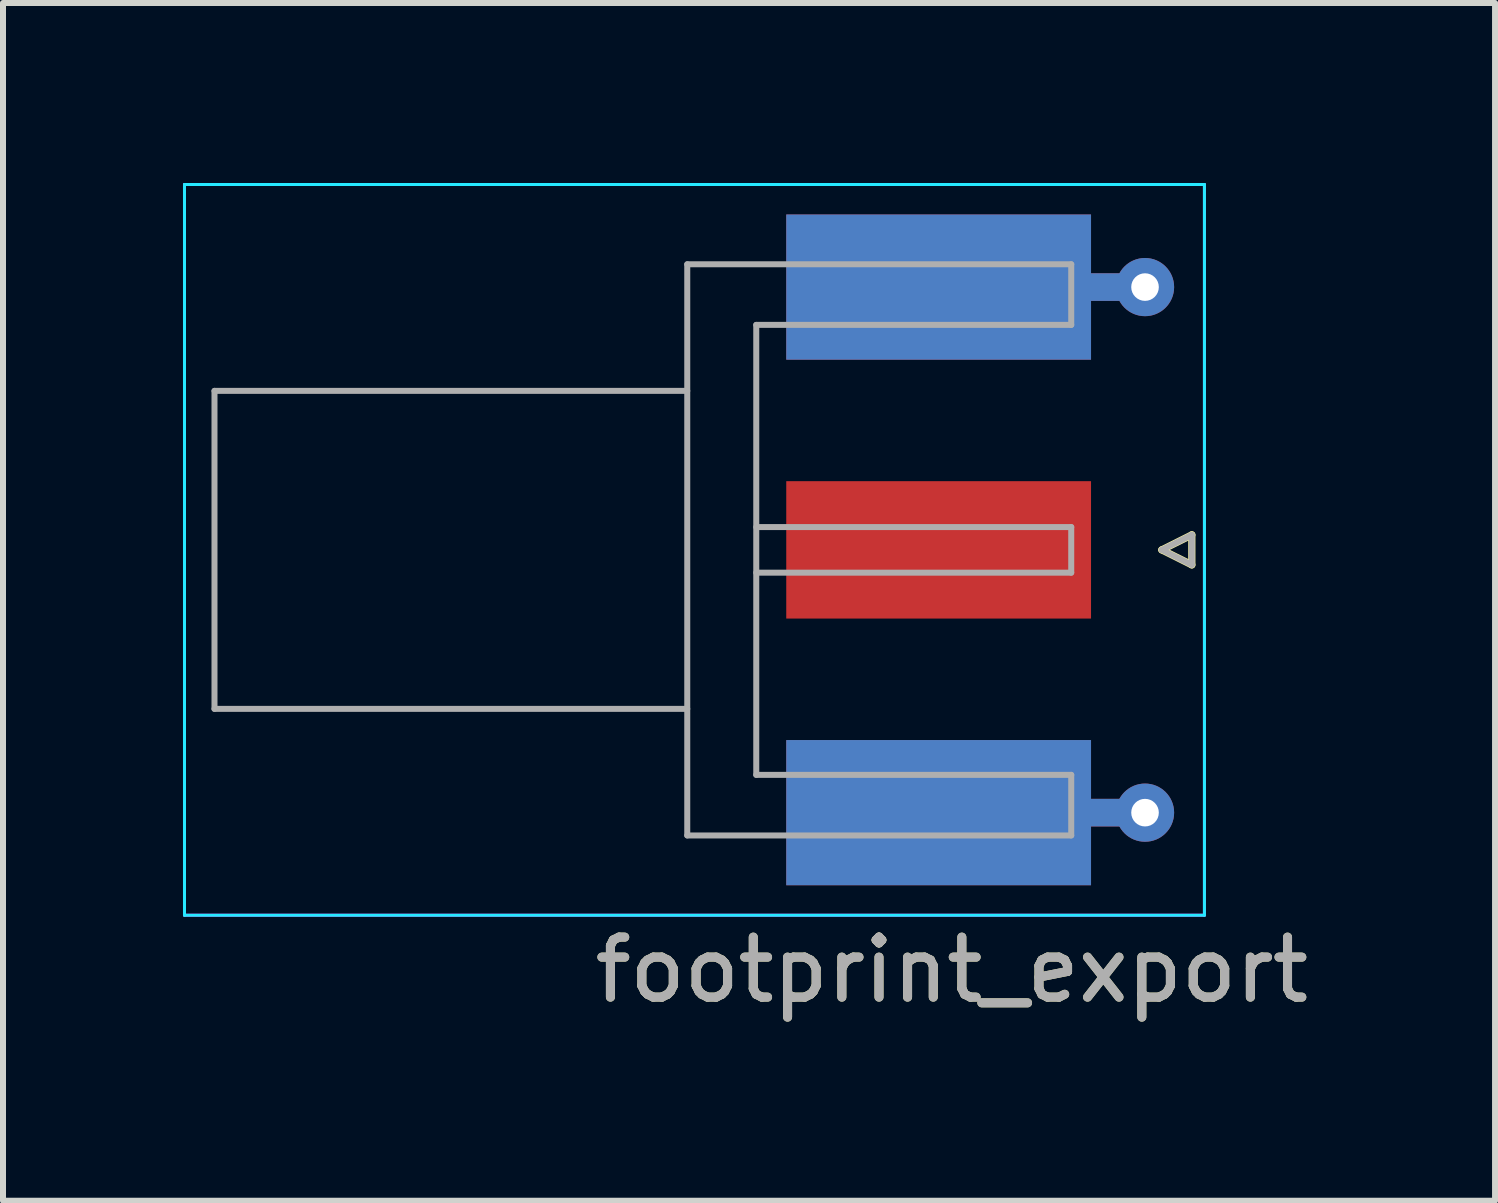
<source format=kicad_pcb>
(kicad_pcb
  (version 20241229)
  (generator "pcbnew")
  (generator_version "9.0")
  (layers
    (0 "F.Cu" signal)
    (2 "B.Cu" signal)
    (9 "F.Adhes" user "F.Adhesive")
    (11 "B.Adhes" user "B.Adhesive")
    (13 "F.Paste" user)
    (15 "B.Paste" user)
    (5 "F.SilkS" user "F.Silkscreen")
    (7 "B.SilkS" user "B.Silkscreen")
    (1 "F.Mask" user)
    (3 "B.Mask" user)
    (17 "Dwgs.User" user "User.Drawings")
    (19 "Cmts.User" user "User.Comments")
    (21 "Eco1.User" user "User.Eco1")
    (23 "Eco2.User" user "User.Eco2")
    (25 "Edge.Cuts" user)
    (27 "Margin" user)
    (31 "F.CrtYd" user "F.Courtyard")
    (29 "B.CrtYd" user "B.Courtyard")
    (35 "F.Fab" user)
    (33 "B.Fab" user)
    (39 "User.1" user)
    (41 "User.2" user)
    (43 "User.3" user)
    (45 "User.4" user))
  (footprint "footprint_export"
    (layer "F.Cu")
    (at 14.315 6.115)
    (property "Reference" "footprint_export" (at -1.5 7 0) (layer "F.SilkS") (effects (font (size 1 1) (thickness 0.15))))
    (attr smd)
    (fp_line (start 2 0) (end 2.5 -0.25) (stroke (width 0.12) (type solid)) (layer "F.SilkS"))
    (fp_line (start 2.5 -0.25) (end 2.5 0.25) (stroke (width 0.12) (type solid)) (layer "F.SilkS"))
    (fp_line (start 2.5 0.25) (end 2 0) (stroke (width 0.12) (type solid)) (layer "F.SilkS"))
    (fp_line (start -14.29 -6.09) (end -14.29 6.09) (stroke (width 0.05) (type solid)) (layer "B.CrtYd"))
    (fp_line (start -14.29 -6.09) (end 2.71 -6.09) (stroke (width 0.05) (type solid)) (layer "B.CrtYd"))
    (fp_line (start -14.29 6.09) (end 2.71 6.09) (stroke (width 0.05) (type solid)) (layer "B.CrtYd"))
    (fp_line (start 2.71 -6.09) (end 2.71 6.09) (stroke (width 0.05) (type solid)) (layer "B.CrtYd"))
    (fp_line (start -14.29 -6.09) (end -14.29 6.09) (stroke (width 0.05) (type solid)) (layer "F.CrtYd"))
    (fp_line (start -14.29 6.09) (end 2.71 6.09) (stroke (width 0.05) (type solid)) (layer "F.CrtYd"))
    (fp_line (start 2.71 -6.09) (end -14.29 -6.09) (stroke (width 0.05) (type solid)) (layer "F.CrtYd"))
    (fp_line (start 2.71 -6.09) (end 2.71 6.09) (stroke (width 0.05) (type solid)) (layer "F.CrtYd"))
    (fp_line (start -13.79 -2.65) (end -13.79 2.65) (stroke (width 0.1) (type solid)) (layer "F.Fab"))
    (fp_line (start -13.79 -2.65) (end -5.91 -2.65) (stroke (width 0.1) (type solid)) (layer "F.Fab"))
    (fp_line (start -13.79 2.65) (end -5.91 2.65) (stroke (width 0.1) (type solid)) (layer "F.Fab"))
    (fp_line (start -5.91 -4.76) (end -5.91 4.76) (stroke (width 0.1) (type solid)) (layer "F.Fab"))
    (fp_line (start -5.91 4.76) (end 0.49 4.76) (stroke (width 0.1) (type solid)) (layer "F.Fab"))
    (fp_line (start -4.76 -3.75) (end -4.76 3.75) (stroke (width 0.1) (type solid)) (layer "F.Fab"))
    (fp_line (start -4.76 -3.75) (end 0.49 -3.75) (stroke (width 0.1) (type solid)) (layer "F.Fab"))
    (fp_line (start -4.76 -0.38) (end 0.49 -0.38) (stroke (width 0.1) (type solid)) (layer "F.Fab"))
    (fp_line (start -4.76 0.38) (end 0.49 0.38) (stroke (width 0.1) (type solid)) (layer "F.Fab"))
    (fp_line (start -4.76 3.75) (end 0.49 3.75) (stroke (width 0.1) (type solid)) (layer "F.Fab"))
    (fp_line (start 0.49 -4.76) (end -5.91 -4.76) (stroke (width 0.1) (type solid)) (layer "F.Fab"))
    (fp_line (start 0.49 -4.76) (end 0.49 -3.75) (stroke (width 0.1) (type solid)) (layer "F.Fab"))
    (fp_line (start 0.49 -0.38) (end 0.49 0.38) (stroke (width 0.1) (type solid)) (layer "F.Fab"))
    (fp_line (start 0.49 3.75) (end 0.49 4.76) (stroke (width 0.1) (type solid)) (layer "F.Fab"))
    (fp_line (start 2 0) (end 2.5 0.25) (stroke (width 0.1) (type solid)) (layer "F.Fab"))
    (fp_line (start 2.5 -0.25) (end 2 0) (stroke (width 0.1) (type solid)) (layer "F.Fab"))
    (fp_line (start 2.5 0.25) (end 2.5 -0.25) (stroke (width 0.1) (type solid)) (layer "F.Fab"))
    (fp_text user "${REFERENCE}" (at -1.5 7 0) (layer "F.Fab") (effects (font (size 1 1) (thickness 0.15))))
    (pad "1" smd rect (at -1.72 0) (size 5.08 2.29) (layers "F.Cu" "F.Mask" "F.Paste"))
    (pad "2" smd rect (at -1.72 -4.38) (size 5.08 2.42) (layers "F.Cu" "F.Mask" "F.Paste"))
    (pad "2" smd rect (at -1.72 -4.38) (size 5.08 2.42) (layers "B.Cu" "B.Mask" "B.Paste"))
    (pad "2" smd rect (at -1.72 4.38) (size 5.08 2.42) (layers "F.Cu" "F.Mask" "F.Paste"))
    (pad "2" smd rect (at -1.72 4.38) (size 5.08 2.42) (layers "B.Cu" "B.Mask" "B.Paste"))
    (pad "2" smd rect (at 1.27 -4.38) (size 0.95 0.46) (layers "F.Cu"))
    (pad "2" smd rect (at 1.27 -4.38) (size 0.95 0.46) (layers "B.Cu"))
    (pad "2" smd rect (at 1.27 4.38) (size 0.95 0.46) (layers "F.Cu"))
    (pad "2" smd rect (at 1.27 4.38) (size 0.95 0.46) (layers "B.Cu"))
    (pad "2" thru_hole circle (at 1.72 -4.38) (size 0.97 0.97) (drill 0.46) (layers "*.Cu"))
    (pad "2" thru_hole circle (at 1.72 4.38) (size 0.97 0.97) (drill 0.46) (layers "*.Cu")))
  (gr_rect
    (start -3 -3)
    (end 21.869 16.963)
    (stroke (width 0.1) (type default))
    (fill no)
    (layer "Edge.Cuts")))
</source>
